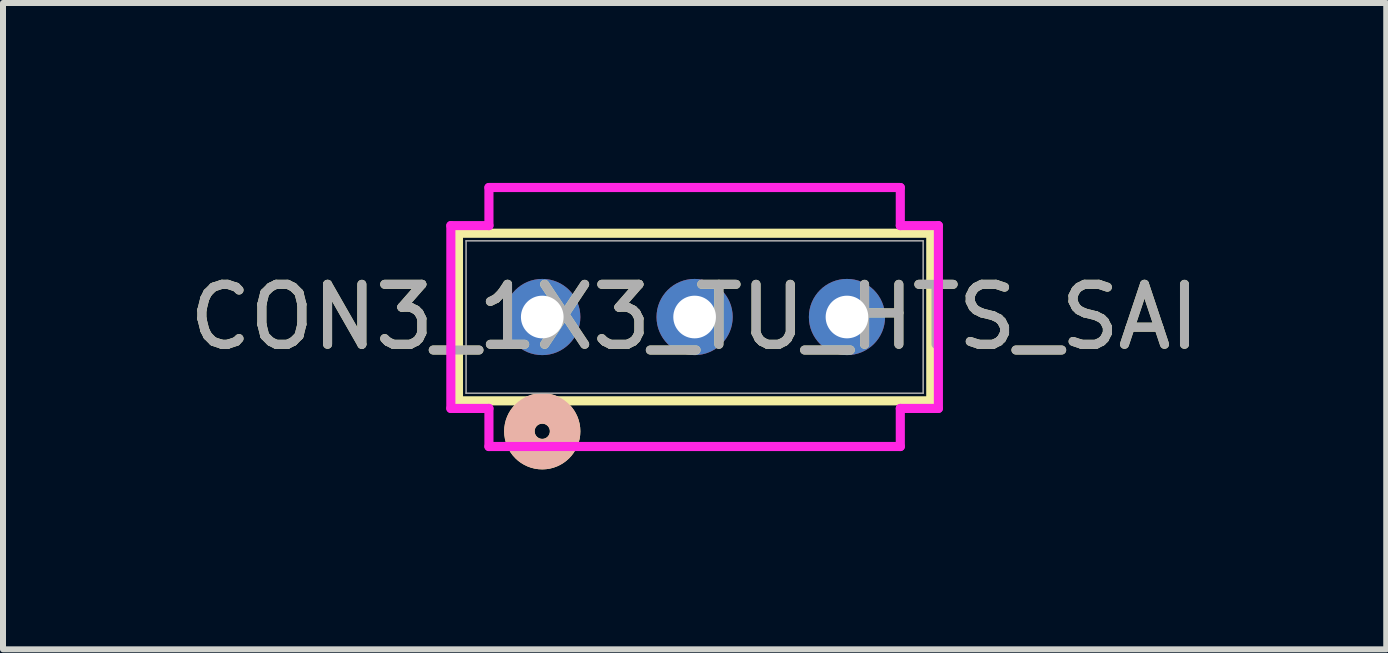
<source format=kicad_pcb>
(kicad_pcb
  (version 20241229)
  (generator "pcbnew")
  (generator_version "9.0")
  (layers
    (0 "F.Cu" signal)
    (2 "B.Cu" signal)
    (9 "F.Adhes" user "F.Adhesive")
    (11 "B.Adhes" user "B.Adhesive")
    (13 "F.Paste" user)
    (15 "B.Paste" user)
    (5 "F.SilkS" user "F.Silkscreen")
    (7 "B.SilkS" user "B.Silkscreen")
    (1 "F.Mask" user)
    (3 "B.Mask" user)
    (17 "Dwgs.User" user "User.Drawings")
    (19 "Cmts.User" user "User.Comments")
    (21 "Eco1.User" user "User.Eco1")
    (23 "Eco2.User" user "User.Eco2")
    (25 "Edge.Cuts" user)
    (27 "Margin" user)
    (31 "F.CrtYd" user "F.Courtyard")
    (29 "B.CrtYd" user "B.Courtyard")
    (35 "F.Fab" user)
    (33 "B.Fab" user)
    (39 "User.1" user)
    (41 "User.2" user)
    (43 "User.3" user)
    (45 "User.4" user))
  (footprint "CON3_1X3_TU_HTS_SAI"
    (layer "F.Cu")
    (at 8.53 2.235)
    (property "Reference" "CON3_1X3_TU_HTS_SAI" (at 0 0 0) (unlocked yes) (layer "F.SilkS") (effects (font (size 1 1) (thickness 0.15))))
    (attr through_hole)
    (fp_line (start -3.937 -1.397) (end -3.937 1.397) (stroke (width 0.152) (type solid)) (layer "F.SilkS"))
    (fp_line (start -3.937 1.397) (end 3.937 1.397) (stroke (width 0.152) (type solid)) (layer "F.SilkS"))
    (fp_line (start 3.937 -1.397) (end -3.937 -1.397) (stroke (width 0.152) (type solid)) (layer "F.SilkS"))
    (fp_line (start 3.937 1.397) (end 3.937 -1.397) (stroke (width 0.152) (type solid)) (layer "F.SilkS"))
    (fp_circle (center -2.54 1.905) (end -2.159 1.905) (stroke (width 0.508) (type solid)) (fill no) (layer "F.SilkS"))
    (fp_circle (center -2.54 1.905) (end -2.159 1.905) (stroke (width 0.508) (type solid)) (fill no) (layer "B.SilkS"))
    (fp_line (start -4.064 -1.524) (end -4.064 1.524) (stroke (width 0.152) (type solid)) (layer "F.CrtYd"))
    (fp_line (start -4.064 1.524) (end -3.429 1.524) (stroke (width 0.152) (type solid)) (layer "F.CrtYd"))
    (fp_line (start -3.429 -2.159) (end -3.429 -1.524) (stroke (width 0.152) (type solid)) (layer "F.CrtYd"))
    (fp_line (start -3.429 -1.524) (end -4.064 -1.524) (stroke (width 0.152) (type solid)) (layer "F.CrtYd"))
    (fp_line (start -3.429 1.524) (end -3.429 2.159) (stroke (width 0.152) (type solid)) (layer "F.CrtYd"))
    (fp_line (start -3.429 2.159) (end 3.429 2.159) (stroke (width 0.152) (type solid)) (layer "F.CrtYd"))
    (fp_line (start 3.429 -2.159) (end -3.429 -2.159) (stroke (width 0.152) (type solid)) (layer "F.CrtYd"))
    (fp_line (start 3.429 -1.524) (end 3.429 -2.159) (stroke (width 0.152) (type solid)) (layer "F.CrtYd"))
    (fp_line (start 3.429 1.524) (end 4.064 1.524) (stroke (width 0.152) (type solid)) (layer "F.CrtYd"))
    (fp_line (start 3.429 2.159) (end 3.429 1.524) (stroke (width 0.152) (type solid)) (layer "F.CrtYd"))
    (fp_line (start 4.064 -1.524) (end 3.429 -1.524) (stroke (width 0.152) (type solid)) (layer "F.CrtYd"))
    (fp_line (start 4.064 1.524) (end 4.064 -1.524) (stroke (width 0.152) (type solid)) (layer "F.CrtYd"))
    (fp_line (start -3.81 -1.27) (end -3.81 1.27) (stroke (width 0.025) (type solid)) (layer "F.Fab"))
    (fp_line (start -3.81 1.27) (end 3.81 1.27) (stroke (width 0.025) (type solid)) (layer "F.Fab"))
    (fp_line (start 3.81 -1.27) (end -3.81 -1.27) (stroke (width 0.025) (type solid)) (layer "F.Fab"))
    (fp_line (start 3.81 1.27) (end 3.81 -1.27) (stroke (width 0.025) (type solid)) (layer "F.Fab"))
    (fp_circle (center -2.54 0) (end -2.286 0) (stroke (width 0.025) (type solid)) (fill no) (layer "F.Fab"))
    (fp_text user "${REFERENCE}" (at 0 0 0) (unlocked yes) (layer "F.Fab") (effects (font (size 1 1) (thickness 0.15))))
    (pad "1" thru_hole circle (at -2.54 0 90) (size 1.27 1.27) (drill 0.711) (layers "*.Cu" "*.Mask"))
    (pad "2" thru_hole circle (at 0 0 90) (size 1.27 1.27) (drill 0.711) (layers "*.Cu" "*.Mask"))
    (pad "3" thru_hole circle (at 2.54 0 90) (size 1.27 1.27) (drill 0.711) (layers "*.Cu" "*.Mask")))
  (gr_rect
    (start -3 -3)
    (end 20.06 7.775)
    (stroke (width 0.1) (type default))
    (fill no)
    (layer "Edge.Cuts")))
</source>
